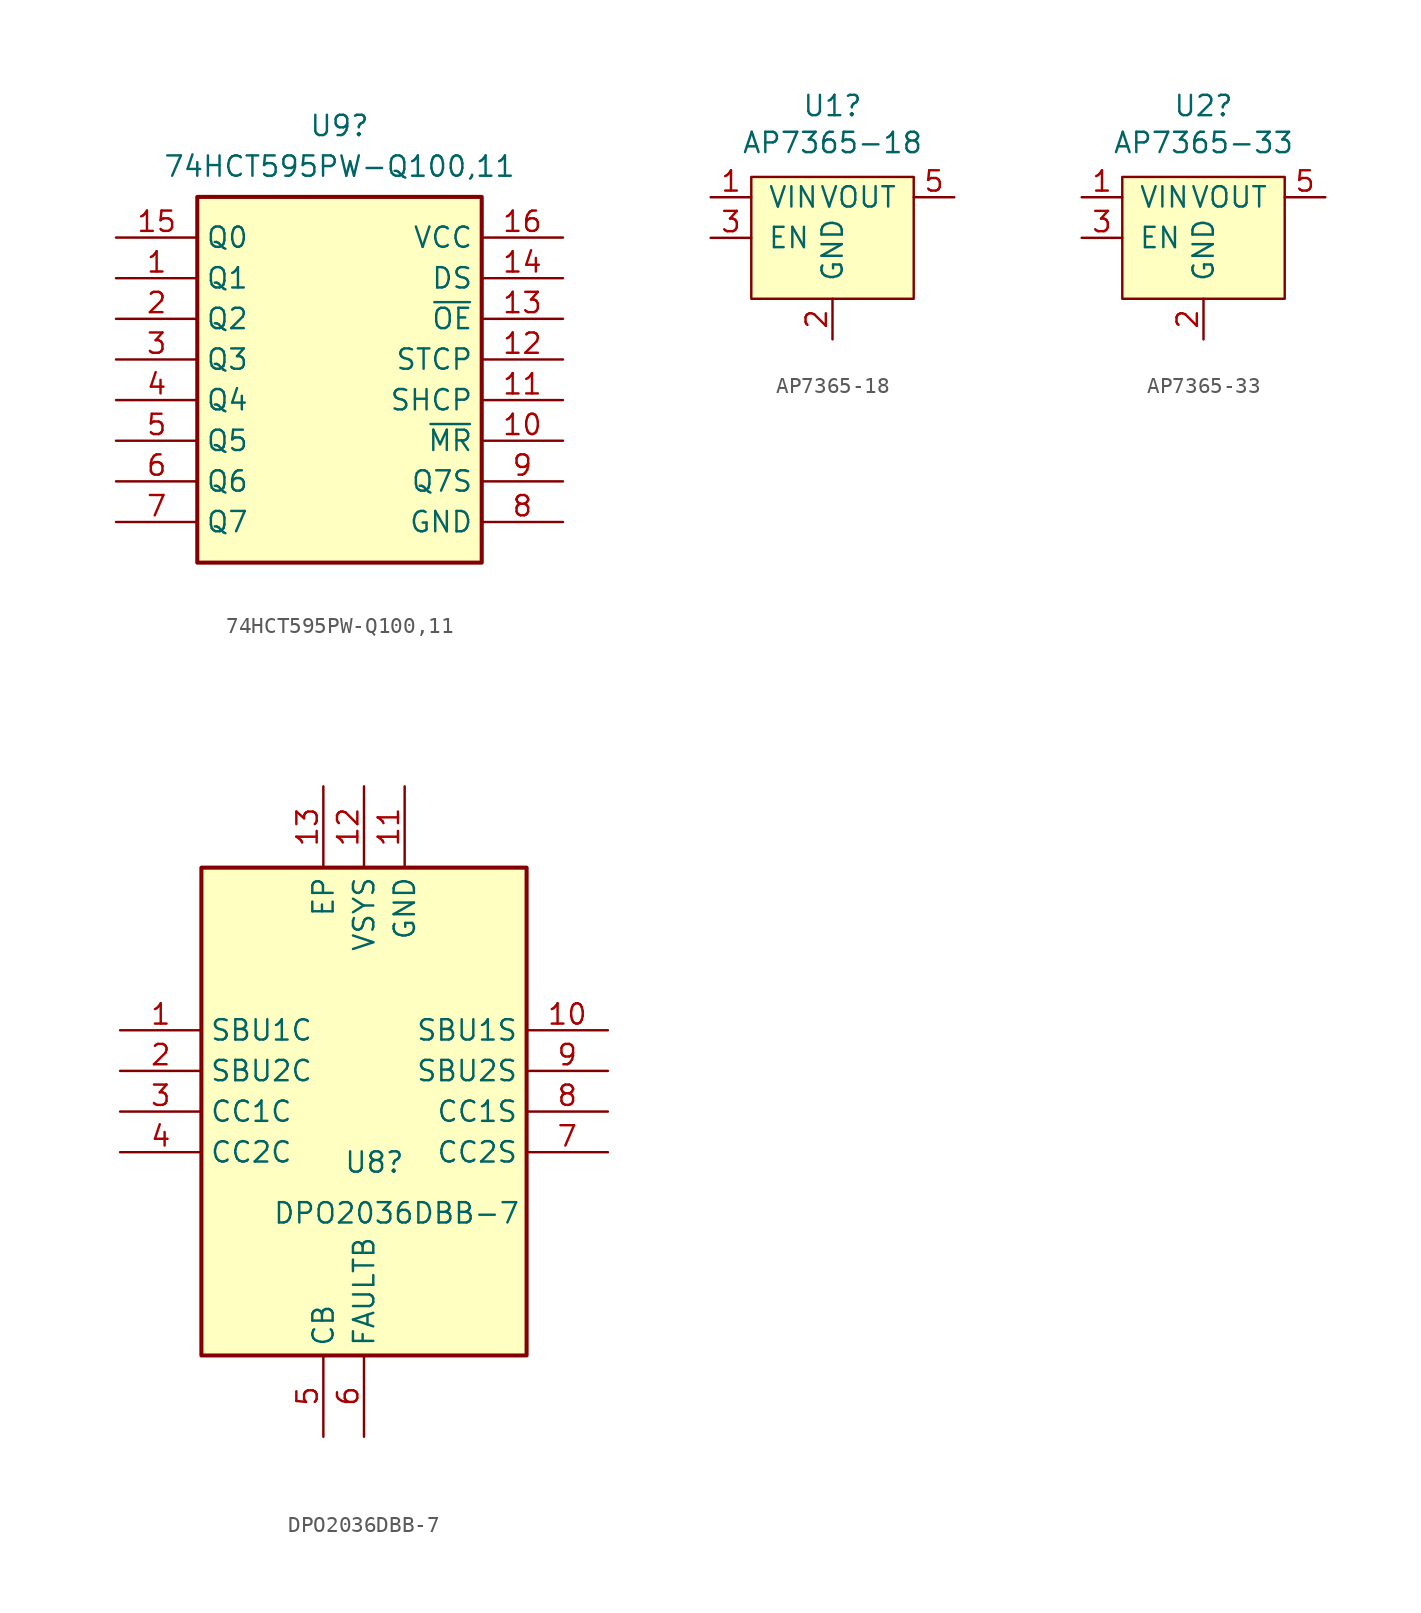
<source format=kicad_sym>
(kicad_symbol_lib
  (version 20220914)
  (generator kicad_symbol_editor)
  (symbol "74HCT595PW-Q100,11"
    (property "Reference" "U9"
      (at 13.97 6.985 0)
      (effects (font (size 1.27 1.27))))
    (property "Value" "74HCT595PW-Q100,11"
      (at 13.97 4.445 0)
      (effects (font (size 1.27 1.27))))
    (symbol "74HCT595PW-Q100,11_1_1"
      (rectangle (start 5.08 2.54) (end 22.86 -20.32) (stroke (width 0.254) (type default)) (fill (type background)))
      (pin passive line (at 0 -2.54 0) (length 5.08) (name "Q1" (effects (font (size 1.27 1.27)))) (number "1" (effects (font (size 1.27 1.27)))))
      (pin passive line (at 27.94 -12.7 180) (length 5.08) (name "~{MR}" (effects (font (size 1.27 1.27)))) (number "10" (effects (font (size 1.27 1.27)))))
      (pin passive line (at 27.94 -10.16 180) (length 5.08) (name "SHCP" (effects (font (size 1.27 1.27)))) (number "11" (effects (font (size 1.27 1.27)))))
      (pin passive line (at 27.94 -7.62 180) (length 5.08) (name "STCP" (effects (font (size 1.27 1.27)))) (number "12" (effects (font (size 1.27 1.27)))))
      (pin passive line (at 27.94 -5.08 180) (length 5.08) (name "~{OE}" (effects (font (size 1.27 1.27)))) (number "13" (effects (font (size 1.27 1.27)))))
      (pin passive line (at 27.94 -2.54 180) (length 5.08) (name "DS" (effects (font (size 1.27 1.27)))) (number "14" (effects (font (size 1.27 1.27)))))
      (pin passive line (at 0 0 0) (length 5.08) (name "Q0" (effects (font (size 1.27 1.27)))) (number "15" (effects (font (size 1.27 1.27)))))
      (pin passive line (at 27.94 0 180) (length 5.08) (name "VCC" (effects (font (size 1.27 1.27)))) (number "16" (effects (font (size 1.27 1.27)))))
      (pin passive line (at 0 -5.08 0) (length 5.08) (name "Q2" (effects (font (size 1.27 1.27)))) (number "2" (effects (font (size 1.27 1.27)))))
      (pin passive line (at 0 -7.62 0) (length 5.08) (name "Q3" (effects (font (size 1.27 1.27)))) (number "3" (effects (font (size 1.27 1.27)))))
      (pin passive line (at 0 -10.16 0) (length 5.08) (name "Q4" (effects (font (size 1.27 1.27)))) (number "4" (effects (font (size 1.27 1.27)))))
      (pin passive line (at 0 -12.7 0) (length 5.08) (name "Q5" (effects (font (size 1.27 1.27)))) (number "5" (effects (font (size 1.27 1.27)))))
      (pin passive line (at 0 -15.24 0) (length 5.08) (name "Q6" (effects (font (size 1.27 1.27)))) (number "6" (effects (font (size 1.27 1.27)))))
      (pin passive line (at 0 -17.78 0) (length 5.08) (name "Q7" (effects (font (size 1.27 1.27)))) (number "7" (effects (font (size 1.27 1.27)))))
      (pin passive line (at 27.94 -17.78 180) (length 5.08) (name "GND" (effects (font (size 1.27 1.27)))) (number "8" (effects (font (size 1.27 1.27)))))
      (pin passive line (at 27.94 -15.24 180) (length 5.08) (name "Q7S" (effects (font (size 1.27 1.27)))) (number "9" (effects (font (size 1.27 1.27)))))))
  (symbol "AP7365-18"
    (pin_names
      (offset 1.016))
    (property "Reference" "U1"
      (at 0 8.255 0)
      (effects (font (size 1.27 1.27))))
    (property "Value" "AP7365-18"
      (at 0 5.944 0)
      (effects (font (size 1.27 1.27))))
    (symbol "AP7365-18_0_1"
      (rectangle (start -5.08 3.81) (end 5.08 -3.81) (stroke (width 0) (type solid)) (fill (type background))))
    (symbol "AP7365-18_1_1"
      (pin power_in line (at -7.62 2.54 0) (length 2.54) (name "VIN" (effects (font (size 1.27 1.27)))) (number "1" (effects (font (size 1.27 1.27)))))
      (pin power_in line (at 0 -6.35 90) (length 2.54) (name "GND" (effects (font (size 1.27 1.27)))) (number "2" (effects (font (size 1.27 1.27)))))
      (pin input line (at -7.62 0 0) (length 2.54) (name "EN" (effects (font (size 1.27 1.27)))) (number "3" (effects (font (size 1.27 1.27)))))
      (pin no_connect line (at 7.62 0 180) (length 2.54) hide (name "NC" (effects (font (size 1.27 1.27)))) (number "4" (effects (font (size 1.27 1.27)))))
      (pin power_out line (at 7.62 2.54 180) (length 2.54) (name "VOUT" (effects (font (size 1.27 1.27)))) (number "5" (effects (font (size 1.27 1.27)))))))
  (symbol "AP7365-33"
    (pin_names
      (offset 1.016))
    (property "Reference" "U2"
      (at 0 8.255 0)
      (effects (font (size 1.27 1.27))))
    (property "Value" "AP7365-33"
      (at 0 5.944 0)
      (effects (font (size 1.27 1.27))))
    (symbol "AP7365-33_0_1"
      (rectangle (start -5.08 3.81) (end 5.08 -3.81) (stroke (width 0) (type solid)) (fill (type background))))
    (symbol "AP7365-33_1_1"
      (pin power_in line (at -7.62 2.54 0) (length 2.54) (name "VIN" (effects (font (size 1.27 1.27)))) (number "1" (effects (font (size 1.27 1.27)))))
      (pin power_in line (at 0 -6.35 90) (length 2.54) (name "GND" (effects (font (size 1.27 1.27)))) (number "2" (effects (font (size 1.27 1.27)))))
      (pin input line (at -7.62 0 0) (length 2.54) (name "EN" (effects (font (size 1.27 1.27)))) (number "3" (effects (font (size 1.27 1.27)))))
      (pin no_connect line (at 7.62 0 180) (length 2.54) hide (name "NC" (effects (font (size 1.27 1.27)))) (number "4" (effects (font (size 1.27 1.27)))))
      (pin power_out line (at 7.62 2.54 180) (length 2.54) (name "VOUT" (effects (font (size 1.27 1.27)))) (number "5" (effects (font (size 1.27 1.27)))))))
  (symbol "DPO2036DBB-7"
    (property "Reference" "U8"
      (at 13.97 -8.255 0)
      (effects (font (size 1.27 1.27)) (justify left)))
    (property "Value" "DPO2036DBB-7"
      (at 9.525 -11.43 0)
      (effects (font (size 1.27 1.27)) (justify left)))
    (symbol "DPO2036DBB-7_1_1"
      (rectangle (start 5.08 10.16) (end 25.4 -20.32) (stroke (width 0.254) (type default)) (fill (type background)))
      (pin passive line (at 0 0 0) (length 5.08) (name "SBU1C" (effects (font (size 1.27 1.27)))) (number "1" (effects (font (size 1.27 1.27)))))
      (pin passive line (at 30.48 0 180) (length 5.08) (name "SBU1S" (effects (font (size 1.27 1.27)))) (number "10" (effects (font (size 1.27 1.27)))))
      (pin passive line (at 17.78 15.24 270) (length 5.08) (name "GND" (effects (font (size 1.27 1.27)))) (number "11" (effects (font (size 1.27 1.27)))))
      (pin passive line (at 15.24 15.24 270) (length 5.08) (name "VSYS" (effects (font (size 1.27 1.27)))) (number "12" (effects (font (size 1.27 1.27)))))
      (pin passive line (at 12.7 15.24 270) (length 5.08) (name "EP" (effects (font (size 1.27 1.27)))) (number "13" (effects (font (size 1.27 1.27)))))
      (pin passive line (at 0 -2.54 0) (length 5.08) (name "SBU2C" (effects (font (size 1.27 1.27)))) (number "2" (effects (font (size 1.27 1.27)))))
      (pin passive line (at 0 -5.08 0) (length 5.08) (name "CC1C" (effects (font (size 1.27 1.27)))) (number "3" (effects (font (size 1.27 1.27)))))
      (pin passive line (at 0 -7.62 0) (length 5.08) (name "CC2C" (effects (font (size 1.27 1.27)))) (number "4" (effects (font (size 1.27 1.27)))))
      (pin passive line (at 12.7 -25.4 90) (length 5.08) (name "CB" (effects (font (size 1.27 1.27)))) (number "5" (effects (font (size 1.27 1.27)))))
      (pin passive line (at 15.24 -25.4 90) (length 5.08) (name "FAULTB" (effects (font (size 1.27 1.27)))) (number "6" (effects (font (size 1.27 1.27)))))
      (pin passive line (at 30.48 -7.62 180) (length 5.08) (name "CC2S" (effects (font (size 1.27 1.27)))) (number "7" (effects (font (size 1.27 1.27)))))
      (pin passive line (at 30.48 -5.08 180) (length 5.08) (name "CC1S" (effects (font (size 1.27 1.27)))) (number "8" (effects (font (size 1.27 1.27)))))
      (pin passive line (at 30.48 -2.54 180) (length 5.08) (name "SBU2S" (effects (font (size 1.27 1.27)))) (number "9" (effects (font (size 1.27 1.27))))))))
</source>
